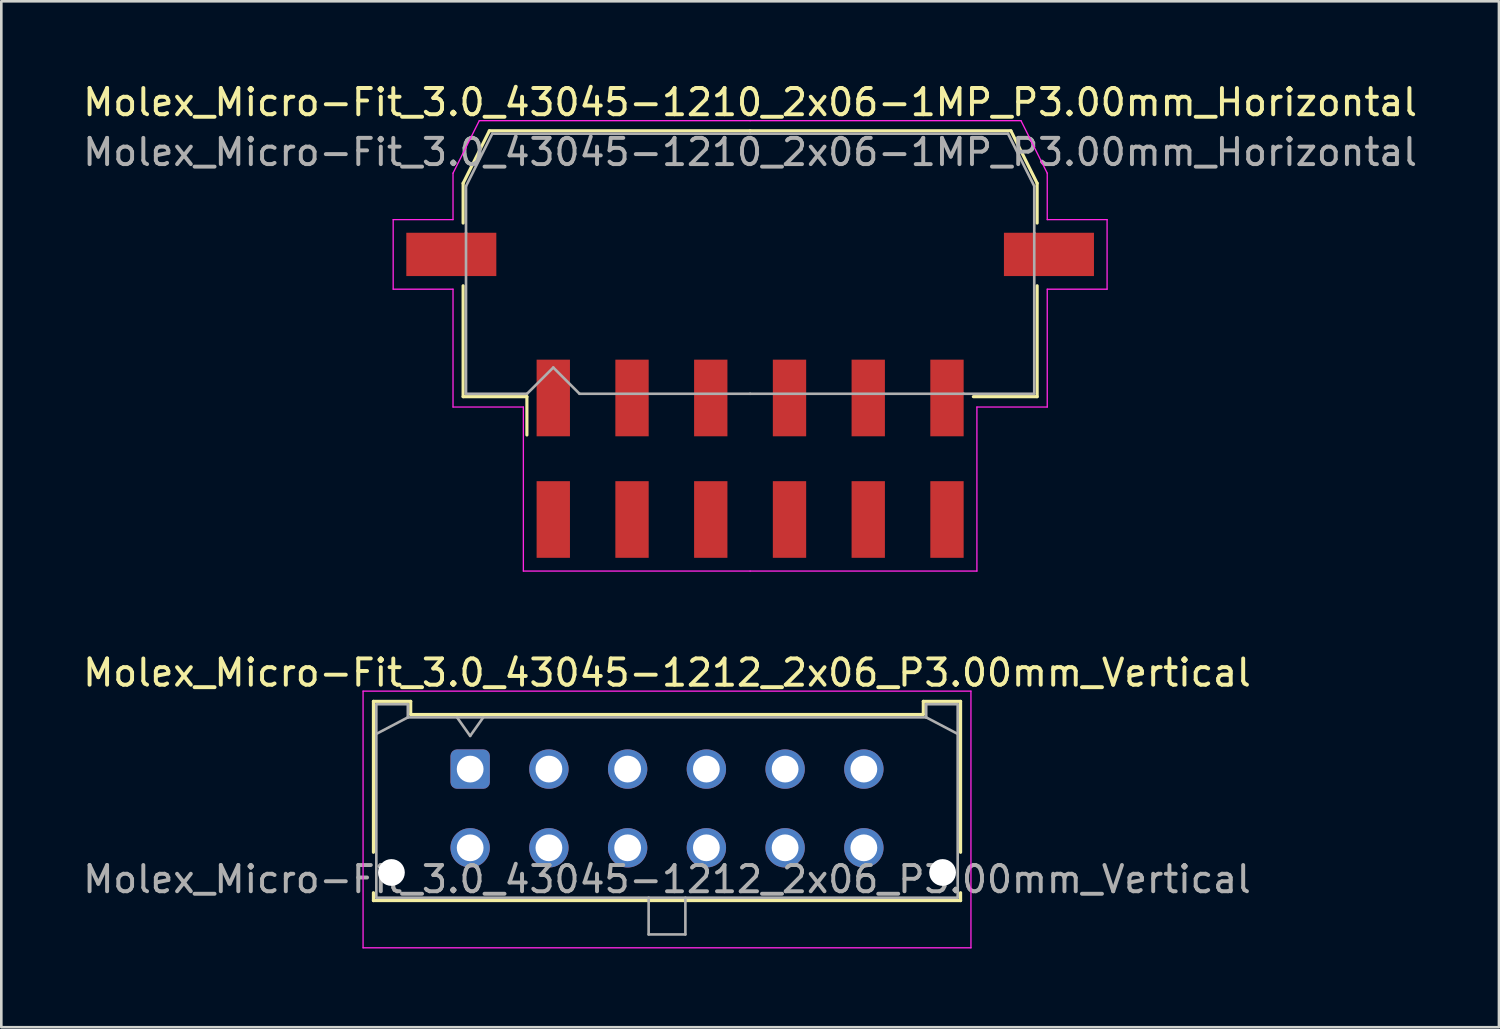
<source format=kicad_pcb>
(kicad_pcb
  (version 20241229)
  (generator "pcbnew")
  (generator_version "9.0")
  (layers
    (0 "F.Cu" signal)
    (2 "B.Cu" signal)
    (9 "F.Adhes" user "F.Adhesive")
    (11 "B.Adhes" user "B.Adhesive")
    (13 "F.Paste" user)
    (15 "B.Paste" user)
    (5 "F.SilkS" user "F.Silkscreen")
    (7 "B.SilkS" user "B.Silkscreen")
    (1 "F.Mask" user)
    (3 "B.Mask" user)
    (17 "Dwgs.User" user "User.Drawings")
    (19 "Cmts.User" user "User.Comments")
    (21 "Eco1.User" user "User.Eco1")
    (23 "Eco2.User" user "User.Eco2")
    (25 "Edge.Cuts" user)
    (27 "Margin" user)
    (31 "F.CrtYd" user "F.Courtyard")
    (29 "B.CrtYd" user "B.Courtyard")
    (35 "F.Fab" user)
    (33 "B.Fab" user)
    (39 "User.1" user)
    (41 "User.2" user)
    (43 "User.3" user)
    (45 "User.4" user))
  (footprint "Molex_Micro-Fit_3.0_43045-1210_2x06-1MP_P3.00mm_Horizontal"
    (layer "F.Cu")
    (at 25.53 14.428)
    (property "Reference" "Molex_Micro-Fit_3.0_43045-1210_2x06-1MP_P3.00mm_Horizontal" (at 0 -13.58 0) (layer "F.SilkS") (effects (font (size 1 1) (thickness 0.15))))
    (attr smd)
    (fp_line (start -10.935 -10.495) (end -10.935 -8.98) (stroke (width 0.12) (type solid)) (layer "F.SilkS"))
    (fp_line (start -10.935 -6.59) (end -10.935 -2.365) (stroke (width 0.12) (type solid)) (layer "F.SilkS"))
    (fp_line (start -10.935 -2.365) (end -8.505 -2.365) (stroke (width 0.12) (type solid)) (layer "F.SilkS"))
    (fp_line (start -9.935 -12.495) (end -10.935 -10.495) (stroke (width 0.12) (type solid)) (layer "F.SilkS"))
    (fp_line (start -8.505 -2.365) (end -8.505 -0.905) (stroke (width 0.12) (type solid)) (layer "F.SilkS"))
    (fp_line (start 0 -12.495) (end -9.935 -12.495) (stroke (width 0.12) (type solid)) (layer "F.SilkS"))
    (fp_line (start 0 -12.495) (end 9.935 -12.495) (stroke (width 0.12) (type solid)) (layer "F.SilkS"))
    (fp_line (start 9.935 -12.495) (end 10.935 -10.495) (stroke (width 0.12) (type solid)) (layer "F.SilkS"))
    (fp_line (start 10.935 -10.495) (end 10.935 -8.98) (stroke (width 0.12) (type solid)) (layer "F.SilkS"))
    (fp_line (start 10.935 -6.59) (end 10.935 -2.365) (stroke (width 0.12) (type solid)) (layer "F.SilkS"))
    (fp_line (start 10.935 -2.365) (end 8.505 -2.365) (stroke (width 0.12) (type solid)) (layer "F.SilkS"))
    (fp_line (start -13.6 -9.11) (end -13.6 -6.46) (stroke (width 0.05) (type solid)) (layer "F.CrtYd"))
    (fp_line (start -13.6 -6.46) (end -11.32 -6.46) (stroke (width 0.05) (type solid)) (layer "F.CrtYd"))
    (fp_line (start -11.32 -10.88) (end -11.32 -9.11) (stroke (width 0.05) (type solid)) (layer "F.CrtYd"))
    (fp_line (start -11.32 -9.11) (end -13.6 -9.11) (stroke (width 0.05) (type solid)) (layer "F.CrtYd"))
    (fp_line (start -11.32 -6.46) (end -11.32 -1.97) (stroke (width 0.05) (type solid)) (layer "F.CrtYd"))
    (fp_line (start -11.32 -1.97) (end -8.64 -1.97) (stroke (width 0.05) (type solid)) (layer "F.CrtYd"))
    (fp_line (start -10.32 -12.88) (end -11.32 -10.88) (stroke (width 0.05) (type solid)) (layer "F.CrtYd"))
    (fp_line (start -8.64 -1.97) (end -8.64 4.28) (stroke (width 0.05) (type solid)) (layer "F.CrtYd"))
    (fp_line (start -8.64 4.28) (end 0 4.28) (stroke (width 0.05) (type solid)) (layer "F.CrtYd"))
    (fp_line (start 0 -12.88) (end -10.32 -12.88) (stroke (width 0.05) (type solid)) (layer "F.CrtYd"))
    (fp_line (start 0 -12.88) (end 10.32 -12.88) (stroke (width 0.05) (type solid)) (layer "F.CrtYd"))
    (fp_line (start 8.64 -1.97) (end 8.64 4.28) (stroke (width 0.05) (type solid)) (layer "F.CrtYd"))
    (fp_line (start 8.64 4.28) (end 0 4.28) (stroke (width 0.05) (type solid)) (layer "F.CrtYd"))
    (fp_line (start 10.32 -12.88) (end 11.32 -10.88) (stroke (width 0.05) (type solid)) (layer "F.CrtYd"))
    (fp_line (start 11.32 -10.88) (end 11.32 -9.11) (stroke (width 0.05) (type solid)) (layer "F.CrtYd"))
    (fp_line (start 11.32 -9.11) (end 13.6 -9.11) (stroke (width 0.05) (type solid)) (layer "F.CrtYd"))
    (fp_line (start 11.32 -6.46) (end 11.32 -1.97) (stroke (width 0.05) (type solid)) (layer "F.CrtYd"))
    (fp_line (start 11.32 -1.97) (end 8.64 -1.97) (stroke (width 0.05) (type solid)) (layer "F.CrtYd"))
    (fp_line (start 13.6 -9.11) (end 13.6 -6.46) (stroke (width 0.05) (type solid)) (layer "F.CrtYd"))
    (fp_line (start 13.6 -6.46) (end 11.32 -6.46) (stroke (width 0.05) (type solid)) (layer "F.CrtYd"))
    (fp_line (start -10.825 -10.385) (end -10.825 -8.61) (stroke (width 0.1) (type solid)) (layer "F.Fab"))
    (fp_line (start -10.825 -8.61) (end -10.825 -2.475) (stroke (width 0.1) (type solid)) (layer "F.Fab"))
    (fp_line (start -10.825 -2.475) (end -8.5 -2.475) (stroke (width 0.1) (type solid)) (layer "F.Fab"))
    (fp_line (start -9.825 -12.385) (end -10.825 -10.385) (stroke (width 0.1) (type solid)) (layer "F.Fab"))
    (fp_line (start -8.5 -2.475) (end -7.5 -3.475) (stroke (width 0.1) (type solid)) (layer "F.Fab"))
    (fp_line (start -7.5 -3.475) (end -6.5 -2.475) (stroke (width 0.1) (type solid)) (layer "F.Fab"))
    (fp_line (start -6.5 -2.475) (end 0 -2.475) (stroke (width 0.1) (type solid)) (layer "F.Fab"))
    (fp_line (start 0 -12.385) (end -9.825 -12.385) (stroke (width 0.1) (type solid)) (layer "F.Fab"))
    (fp_line (start 0 -12.385) (end 9.825 -12.385) (stroke (width 0.1) (type solid)) (layer "F.Fab"))
    (fp_line (start 8.135 -2.475) (end 0 -2.475) (stroke (width 0.1) (type solid)) (layer "F.Fab"))
    (fp_line (start 9.825 -12.385) (end 10.825 -10.385) (stroke (width 0.1) (type solid)) (layer "F.Fab"))
    (fp_line (start 10.825 -10.385) (end 10.825 -8.61) (stroke (width 0.1) (type solid)) (layer "F.Fab"))
    (fp_line (start 10.825 -8.61) (end 10.825 -2.475) (stroke (width 0.1) (type solid)) (layer "F.Fab"))
    (fp_line (start 10.825 -2.475) (end 8.135 -2.475) (stroke (width 0.1) (type solid)) (layer "F.Fab"))
    (fp_text user "${REFERENCE}" (at 0 -11.68 0) (layer "F.Fab") (effects (font (size 1 1) (thickness 0.15))))
    (pad "1" smd rect (at -7.5 -2.315) (size 1.27 2.92) (layers "F.Cu" "F.Mask" "F.Paste"))
    (pad "2" smd rect (at -4.5 -2.315) (size 1.27 2.92) (layers "F.Cu" "F.Mask" "F.Paste"))
    (pad "3" smd rect (at -1.5 -2.315) (size 1.27 2.92) (layers "F.Cu" "F.Mask" "F.Paste"))
    (pad "4" smd rect (at 1.5 -2.315) (size 1.27 2.92) (layers "F.Cu" "F.Mask" "F.Paste"))
    (pad "5" smd rect (at 4.5 -2.315) (size 1.27 2.92) (layers "F.Cu" "F.Mask" "F.Paste"))
    (pad "6" smd rect (at 7.5 -2.315) (size 1.27 2.92) (layers "F.Cu" "F.Mask" "F.Paste"))
    (pad "7" smd rect (at -7.5 2.315) (size 1.27 2.92) (layers "F.Cu" "F.Mask" "F.Paste"))
    (pad "8" smd rect (at -4.5 2.315) (size 1.27 2.92) (layers "F.Cu" "F.Mask" "F.Paste"))
    (pad "9" smd rect (at -1.5 2.315) (size 1.27 2.92) (layers "F.Cu" "F.Mask" "F.Paste"))
    (pad "10" smd rect (at 1.5 2.315) (size 1.27 2.92) (layers "F.Cu" "F.Mask" "F.Paste"))
    (pad "11" smd rect (at 4.5 2.315) (size 1.27 2.92) (layers "F.Cu" "F.Mask" "F.Paste"))
    (pad "12" smd rect (at 7.5 2.315) (size 1.27 2.92) (layers "F.Cu" "F.Mask" "F.Paste"))
    (pad "MP" smd rect (at -11.385 -7.785) (size 3.43 1.65) (layers "F.Cu" "F.Mask" "F.Paste"))
    (pad "MP" smd rect (at 11.385 -7.785) (size 3.43 1.65) (layers "F.Cu" "F.Mask" "F.Paste")))
  (footprint "Molex_Micro-Fit_3.0_43045-1212_2x06_P3.00mm_Vertical"
    (layer "F.Cu")
    (at 14.863 26.252)
    (property "Reference" "Molex_Micro-Fit_3.0_43045-1212_2x06_P3.00mm_Vertical" (at 7.5 -3.67 0) (layer "F.SilkS") (effects (font (size 1 1) (thickness 0.15))))
    (attr through_hole)
    (fp_line (start -3.685 -2.58) (end -2.265 -2.58) (stroke (width 0.12) (type solid)) (layer "F.SilkS"))
    (fp_line (start -3.685 3.17) (end -3.685 -2.58) (stroke (width 0.12) (type solid)) (layer "F.SilkS"))
    (fp_line (start -3.685 4.71) (end -3.685 5.01) (stroke (width 0.12) (type solid)) (layer "F.SilkS"))
    (fp_line (start -3.685 5.01) (end 18.685 5.01) (stroke (width 0.12) (type solid)) (layer "F.SilkS"))
    (fp_line (start -2.265 -2.58) (end -2.265 -2.08) (stroke (width 0.12) (type solid)) (layer "F.SilkS"))
    (fp_line (start -2.265 -2.08) (end 17.265 -2.08) (stroke (width 0.12) (type solid)) (layer "F.SilkS"))
    (fp_line (start 17.265 -2.58) (end 18.685 -2.58) (stroke (width 0.12) (type solid)) (layer "F.SilkS"))
    (fp_line (start 17.265 -2.08) (end 17.265 -2.58) (stroke (width 0.12) (type solid)) (layer "F.SilkS"))
    (fp_line (start 18.685 -2.58) (end 18.685 3.17) (stroke (width 0.12) (type solid)) (layer "F.SilkS"))
    (fp_line (start 18.685 5.01) (end 18.685 4.71) (stroke (width 0.12) (type solid)) (layer "F.SilkS"))
    (fp_line (start -4.08 -2.97) (end 19.08 -2.97) (stroke (width 0.05) (type solid)) (layer "F.CrtYd"))
    (fp_line (start -4.08 6.81) (end -4.08 -2.97) (stroke (width 0.05) (type solid)) (layer "F.CrtYd"))
    (fp_line (start 19.08 -2.97) (end 19.08 6.81) (stroke (width 0.05) (type solid)) (layer "F.CrtYd"))
    (fp_line (start 19.08 6.81) (end -4.08 6.81) (stroke (width 0.05) (type solid)) (layer "F.CrtYd"))
    (fp_line (start -3.575 -2.47) (end -3.575 4.9) (stroke (width 0.1) (type solid)) (layer "F.Fab"))
    (fp_line (start -3.575 -1.34) (end -2.375 -1.97) (stroke (width 0.1) (type solid)) (layer "F.Fab"))
    (fp_line (start -3.575 4.9) (end 18.575 4.9) (stroke (width 0.1) (type solid)) (layer "F.Fab"))
    (fp_line (start -2.375 -2.47) (end -3.575 -2.47) (stroke (width 0.1) (type solid)) (layer "F.Fab"))
    (fp_line (start -2.375 -1.97) (end -2.375 -2.47) (stroke (width 0.1) (type solid)) (layer "F.Fab"))
    (fp_line (start -0.5 -1.97) (end 0 -1.263) (stroke (width 0.1) (type solid)) (layer "F.Fab"))
    (fp_line (start 0 -1.263) (end 0.5 -1.97) (stroke (width 0.1) (type solid)) (layer "F.Fab"))
    (fp_line (start 6.8 4.9) (end 6.8 6.3) (stroke (width 0.1) (type solid)) (layer "F.Fab"))
    (fp_line (start 6.8 6.3) (end 8.2 6.3) (stroke (width 0.1) (type solid)) (layer "F.Fab"))
    (fp_line (start 8.2 6.3) (end 8.2 4.9) (stroke (width 0.1) (type solid)) (layer "F.Fab"))
    (fp_line (start 17.375 -2.47) (end 17.375 -1.97) (stroke (width 0.1) (type solid)) (layer "F.Fab"))
    (fp_line (start 17.375 -1.97) (end -2.375 -1.97) (stroke (width 0.1) (type solid)) (layer "F.Fab"))
    (fp_line (start 18.575 -2.47) (end 17.375 -2.47) (stroke (width 0.1) (type solid)) (layer "F.Fab"))
    (fp_line (start 18.575 -1.34) (end 17.375 -1.97) (stroke (width 0.1) (type solid)) (layer "F.Fab"))
    (fp_line (start 18.575 4.9) (end 18.575 -2.47) (stroke (width 0.1) (type solid)) (layer "F.Fab"))
    (fp_text user "${REFERENCE}" (at 7.5 4.2 0) (layer "F.Fab") (effects (font (size 1 1) (thickness 0.15))))
    (pad "" np_thru_hole circle (at -3 3.94) (size 1.02 1.02) (drill 1.02) (layers "*.Cu" "*.Mask"))
    (pad "" np_thru_hole circle (at 18 3.94) (size 1.02 1.02) (drill 1.02) (layers "*.Cu" "*.Mask"))
    (pad "1" thru_hole roundrect (at 0 0) (size 1.5 1.5) (drill 1.02) (layers "*.Cu" "*.Mask") (roundrect_rratio 0.167))
    (pad "2" thru_hole circle (at 3 0) (size 1.5 1.5) (drill 1.02) (layers "*.Cu" "*.Mask"))
    (pad "3" thru_hole circle (at 6 0) (size 1.5 1.5) (drill 1.02) (layers "*.Cu" "*.Mask"))
    (pad "4" thru_hole circle (at 9 0) (size 1.5 1.5) (drill 1.02) (layers "*.Cu" "*.Mask"))
    (pad "5" thru_hole circle (at 12 0) (size 1.5 1.5) (drill 1.02) (layers "*.Cu" "*.Mask"))
    (pad "6" thru_hole circle (at 15 0) (size 1.5 1.5) (drill 1.02) (layers "*.Cu" "*.Mask"))
    (pad "7" thru_hole circle (at 0 3) (size 1.5 1.5) (drill 1.02) (layers "*.Cu" "*.Mask"))
    (pad "8" thru_hole circle (at 3 3) (size 1.5 1.5) (drill 1.02) (layers "*.Cu" "*.Mask"))
    (pad "9" thru_hole circle (at 6 3) (size 1.5 1.5) (drill 1.02) (layers "*.Cu" "*.Mask"))
    (pad "10" thru_hole circle (at 9 3) (size 1.5 1.5) (drill 1.02) (layers "*.Cu" "*.Mask"))
    (pad "11" thru_hole circle (at 12 3) (size 1.5 1.5) (drill 1.02) (layers "*.Cu" "*.Mask"))
    (pad "12" thru_hole circle (at 15 3) (size 1.5 1.5) (drill 1.02) (layers "*.Cu" "*.Mask")))
  (gr_rect
    (start -3 -3)
    (end 54.06 36.087)
    (stroke (width 0.1) (type default))
    (fill no)
    (layer "Edge.Cuts")))
</source>
